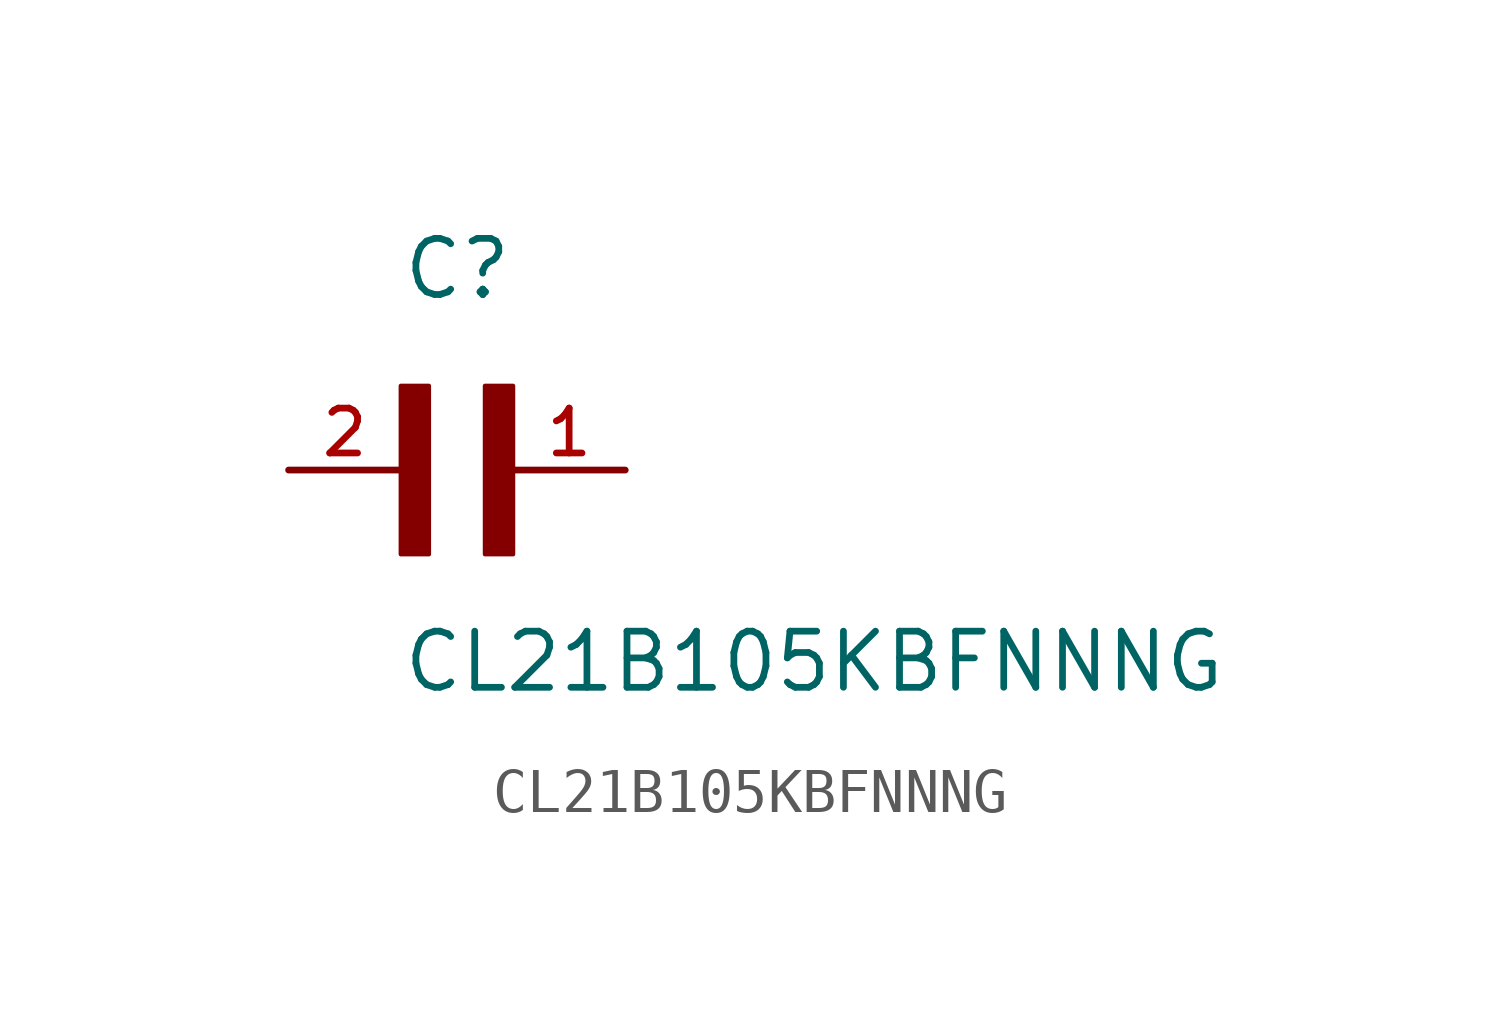
<source format=kicad_sym>
(kicad_symbol_lib
  (version 20211014)
  (generator kicad_symbol_editor)
  (symbol "CL21B105KBFNNNG"
    (pin_names
      (offset 1.016))
    (property "Reference" "C"
      (at 0.0 3.81 0)
      (effects (font (size 1.27 1.27)) (justify bottom left)))
    (property "Value" "CL21B105KBFNNNG"
      (at 0.0 -5.08 0)
      (effects (font (size 1.27 1.27)) (justify bottom left)))
    (symbol "CL21B105KBFNNNG_0_0"
      (rectangle (start 0.0 -1.905) (end 0.635 1.905) (stroke (width 0.1)) (fill (type outline)))
      (rectangle (start 1.905 -1.905) (end 2.54 1.905) (stroke (width 0.1)) (fill (type outline)))
      (pin passive line (at 5.08 0.0 180.0) (length 2.54) (name "~" (effects (font (size 1.016 1.016)))) (number "1" (effects (font (size 1.016 1.016)))))
      (pin passive line (at -2.54 0.0 0) (length 2.54) (name "~" (effects (font (size 1.016 1.016)))) (number "2" (effects (font (size 1.016 1.016))))))))
</source>
